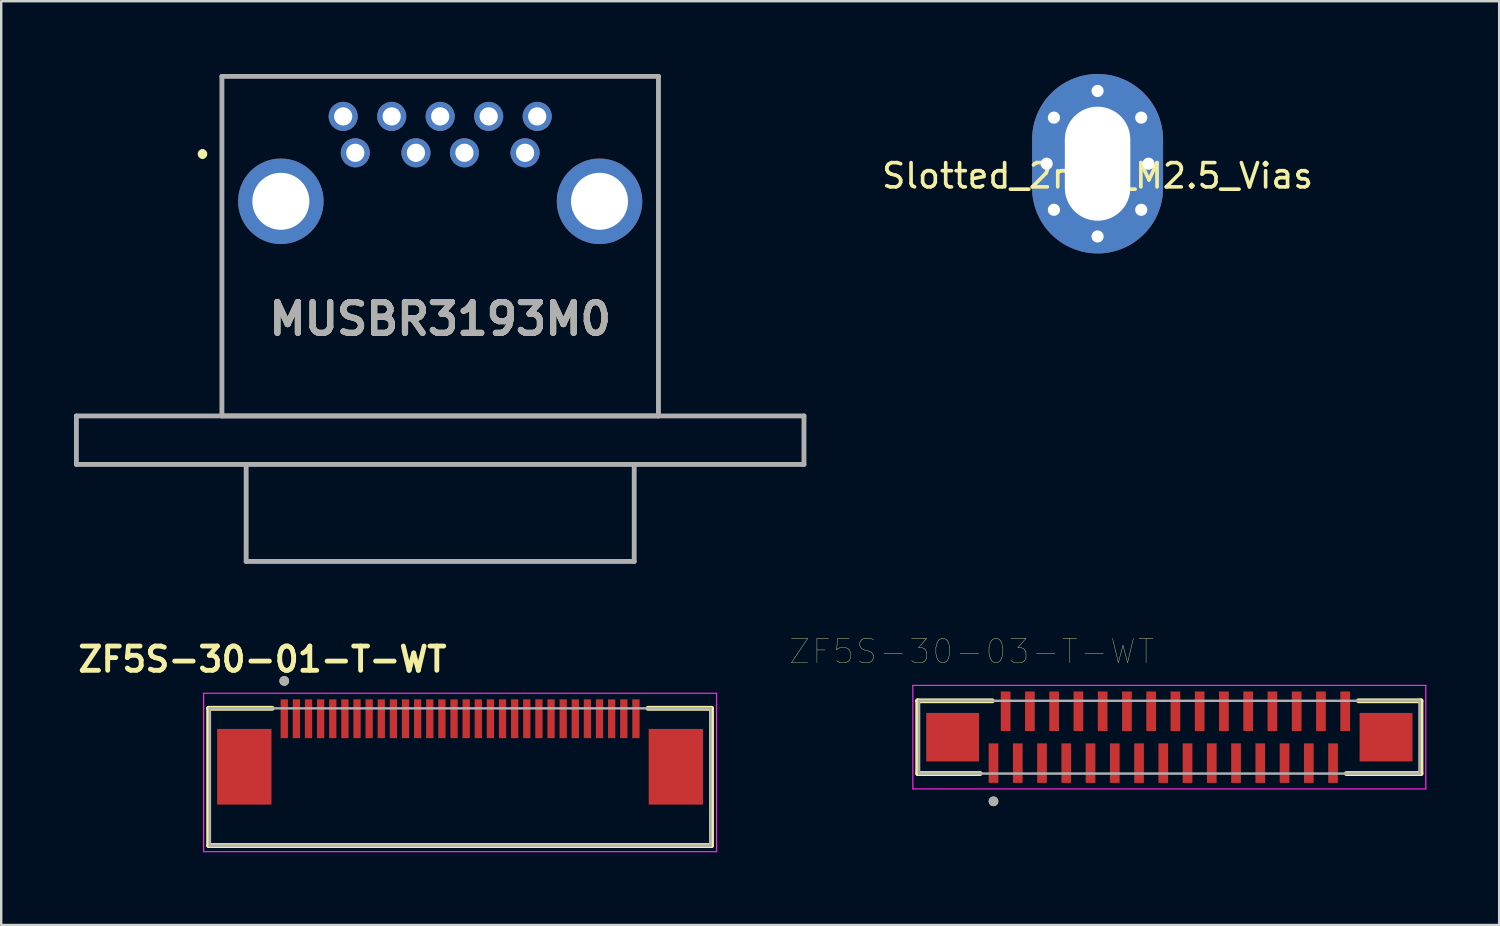
<source format=kicad_pcb>
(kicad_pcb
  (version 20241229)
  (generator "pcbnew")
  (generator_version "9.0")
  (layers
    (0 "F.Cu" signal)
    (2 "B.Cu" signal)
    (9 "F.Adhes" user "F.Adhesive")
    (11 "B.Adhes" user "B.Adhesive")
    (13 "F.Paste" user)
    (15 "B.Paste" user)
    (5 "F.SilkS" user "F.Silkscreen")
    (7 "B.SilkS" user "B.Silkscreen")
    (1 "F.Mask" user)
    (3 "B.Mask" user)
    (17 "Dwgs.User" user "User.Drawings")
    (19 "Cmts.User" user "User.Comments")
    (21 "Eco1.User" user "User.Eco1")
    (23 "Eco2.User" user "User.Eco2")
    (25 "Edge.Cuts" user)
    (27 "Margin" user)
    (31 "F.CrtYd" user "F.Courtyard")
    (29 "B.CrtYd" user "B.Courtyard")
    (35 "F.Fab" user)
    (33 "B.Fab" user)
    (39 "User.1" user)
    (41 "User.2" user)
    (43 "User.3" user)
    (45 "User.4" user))
  (footprint "MUSBR3193M0"
    (layer "F.Cu")
    (at 15.1 16.1)
    (property "Reference" "MUSBR3193M0" (at 0 -6 0) (layer "F.SilkS") (effects (font (size 1.27 1.27) (thickness 0.254))))
    (attr through_hole)
    (fp_line (start -9.8 -12.9) (end -9.8 -12.9) (stroke (width 0.2) (type solid)) (layer "F.SilkS"))
    (fp_line (start -9.8 -12.7) (end -9.8 -12.7) (stroke (width 0.2) (type solid)) (layer "F.SilkS"))
    (fp_line (start -9 -16) (end 9 -16) (stroke (width 0.1) (type solid)) (layer "F.SilkS"))
    (fp_line (start -9 -2) (end -9 -16) (stroke (width 0.1) (type solid)) (layer "F.SilkS"))
    (fp_line (start -9 -2) (end 9 -2) (stroke (width 0.1) (type solid)) (layer "F.SilkS"))
    (fp_line (start 9 -16) (end 9 -2) (stroke (width 0.1) (type solid)) (layer "F.SilkS"))
    (fp_line (start 9 -2) (end -9 -2) (stroke (width 0.1) (type solid)) (layer "F.SilkS"))
    (fp_arc (start -9.8 -12.9) (mid -9.7 -12.8) (end -9.8 -12.7) (stroke (width 0.2) (type solid)) (layer "F.SilkS"))
    (fp_arc (start -9.8 -12.7) (mid -9.9 -12.8) (end -9.8 -12.9) (stroke (width 0.2) (type solid)) (layer "F.SilkS"))
    (fp_line (start -15 -2) (end 15 -2) (stroke (width 0.2) (type solid)) (layer "F.Fab"))
    (fp_line (start -15 0) (end -15 -2) (stroke (width 0.2) (type solid)) (layer "F.Fab"))
    (fp_line (start -9 -16) (end 9 -16) (stroke (width 0.2) (type solid)) (layer "F.Fab"))
    (fp_line (start -9 -2) (end -9 -16) (stroke (width 0.2) (type solid)) (layer "F.Fab"))
    (fp_line (start -8 0) (end -8 4) (stroke (width 0.2) (type solid)) (layer "F.Fab"))
    (fp_line (start -8 4) (end 8 4) (stroke (width 0.2) (type solid)) (layer "F.Fab"))
    (fp_line (start 8 4) (end 8 0) (stroke (width 0.2) (type solid)) (layer "F.Fab"))
    (fp_line (start 9 -16) (end 9 -2) (stroke (width 0.2) (type solid)) (layer "F.Fab"))
    (fp_line (start 9 -2) (end -9 -2) (stroke (width 0.2) (type solid)) (layer "F.Fab"))
    (fp_line (start 15 -2) (end 15 0) (stroke (width 0.2) (type solid)) (layer "F.Fab"))
    (fp_line (start 15 0) (end -15 0) (stroke (width 0.2) (type solid)) (layer "F.Fab"))
    (fp_text user "${REFERENCE}" (at 0 -6 0) (layer "F.Fab") (effects (font (size 1.27 1.27) (thickness 0.254))))
    (pad "1" thru_hole circle (at -3.5 -12.85) (size 1.2 1.2) (drill 0.75) (layers "*.Cu" "*.Mask"))
    (pad "2" thru_hole circle (at -1 -12.85) (size 1.2 1.2) (drill 0.75) (layers "*.Cu" "*.Mask"))
    (pad "3" thru_hole circle (at 1 -12.85) (size 1.2 1.2) (drill 0.75) (layers "*.Cu" "*.Mask"))
    (pad "4" thru_hole circle (at 3.5 -12.85) (size 1.2 1.2) (drill 0.75) (layers "*.Cu" "*.Mask"))
    (pad "5" thru_hole circle (at 4 -14.35) (size 1.2 1.2) (drill 0.75) (layers "*.Cu" "*.Mask"))
    (pad "6" thru_hole circle (at 2 -14.35) (size 1.2 1.2) (drill 0.75) (layers "*.Cu" "*.Mask"))
    (pad "7" thru_hole circle (at 0 -14.35) (size 1.2 1.2) (drill 0.75) (layers "*.Cu" "*.Mask"))
    (pad "8" thru_hole circle (at -2 -14.35) (size 1.2 1.2) (drill 0.75) (layers "*.Cu" "*.Mask"))
    (pad "9" thru_hole circle (at -4 -14.35) (size 1.2 1.2) (drill 0.75) (layers "*.Cu" "*.Mask"))
    (pad "10" thru_hole circle (at -6.57 -10.85) (size 3.525 3.525) (drill 2.35) (layers "*.Cu" "*.Mask"))
    (pad "10" thru_hole circle (at 6.57 -10.85) (size 3.525 3.525) (drill 2.35) (layers "*.Cu" "*.Mask")))
  (footprint "Slotted_2mm_M2.5_Vias"
    (layer "F.Cu")
    (at 42.206 3.7)
    (property "Reference" "Slotted_2mm_M2.5_Vias" (at 0 0.5 0) (layer "F.SilkS") (effects (font (size 1 1) (thickness 0.15))))
    (attr through_hole)
    (pad "1" thru_hole circle (at -2.1 0) (size 0.8 0.8) (drill 0.5) (layers "*.Cu" "*.Mask"))
    (pad "1" thru_hole circle (at -1.8 -1.9) (size 0.8 0.8) (drill 0.5) (layers "*.Cu" "*.Mask"))
    (pad "1" thru_hole circle (at -1.8 1.9) (size 0.8 0.8) (drill 0.5) (layers "*.Cu" "*.Mask"))
    (pad "1" thru_hole circle (at 0 -3) (size 0.8 0.8) (drill 0.5) (layers "*.Cu" "*.Mask"))
    (pad "1" thru_hole oval (at 0 0) (size 5.4 7.4) (drill oval 2.7 4.7) (layers "*.Cu" "*.Mask"))
    (pad "1" thru_hole circle (at 0 3) (size 0.8 0.8) (drill 0.5) (layers "*.Cu" "*.Mask"))
    (pad "1" thru_hole circle (at 1.8 -1.9) (size 0.8 0.8) (drill 0.5) (layers "*.Cu" "*.Mask"))
    (pad "1" thru_hole circle (at 1.8 1.9) (size 0.8 0.8) (drill 0.5) (layers "*.Cu" "*.Mask"))
    (pad "5" thru_hole circle (at 2.1 0) (size 0.8 0.8) (drill 0.5) (layers "*.Cu" "*.Mask")))
  (footprint "ZF5S-30-01-T-WT"
    (layer "F.Cu")
    (at 15.921 28.566)
    (property "Reference" "ZF5S-30-01-T-WT" (at -8.15 -4.43 0) (layer "F.SilkS") (effects (font (size 1 1) (thickness 0.2))))
    (attr through_hole)
    (fp_line (start -10.367 -2.41) (end -10.367 3.25) (stroke (width 0.2) (type solid)) (layer "F.SilkS"))
    (fp_line (start -10.367 -2.41) (end -7.747 -2.41) (stroke (width 0.2) (type solid)) (layer "F.SilkS"))
    (fp_line (start -10.367 3.25) (end 10.367 3.25) (stroke (width 0.2) (type solid)) (layer "F.SilkS"))
    (fp_line (start 10.367 -2.41) (end 7.747 -2.41) (stroke (width 0.2) (type solid)) (layer "F.SilkS"))
    (fp_line (start 10.367 -2.41) (end 10.367 3.25) (stroke (width 0.2) (type solid)) (layer "F.SilkS"))
    (fp_circle (center -7.25 -3.54) (end -7.15 -3.54) (stroke (width 0.2) (type solid)) (fill no) (layer "F.SilkS"))
    (fp_line (start -10.575 -3.03) (end 10.575 -3.03) (stroke (width 0.05) (type solid)) (layer "F.CrtYd"))
    (fp_line (start -10.575 3.5) (end -10.575 -3.03) (stroke (width 0.05) (type solid)) (layer "F.CrtYd"))
    (fp_line (start 10.575 -3.03) (end 10.575 3.5) (stroke (width 0.05) (type solid)) (layer "F.CrtYd"))
    (fp_line (start 10.575 3.5) (end -10.575 3.5) (stroke (width 0.05) (type solid)) (layer "F.CrtYd"))
    (fp_line (start -10.325 -2.41) (end 10.325 -2.41) (stroke (width 0.1) (type solid)) (layer "F.Fab"))
    (fp_line (start -10.325 3.25) (end -10.325 -2.41) (stroke (width 0.1) (type solid)) (layer "F.Fab"))
    (fp_line (start 10.325 -2.41) (end 10.325 3.25) (stroke (width 0.1) (type solid)) (layer "F.Fab"))
    (fp_line (start 10.325 3.25) (end -10.325 3.25) (stroke (width 0.1) (type solid)) (layer "F.Fab"))
    (fp_circle (center -7.25 -3.54) (end -7.15 -3.54) (stroke (width 0.2) (type solid)) (fill no) (layer "F.Fab"))
    (pad "1" smd rect (at -7.25 -1.98) (size 0.3 1.6) (layers "F.Cu" "F.Mask" "F.Paste"))
    (pad "2" smd rect (at -6.75 -1.98) (size 0.3 1.6) (layers "F.Cu" "F.Mask" "F.Paste"))
    (pad "3" smd rect (at -6.25 -1.98) (size 0.3 1.6) (layers "F.Cu" "F.Mask" "F.Paste"))
    (pad "4" smd rect (at -5.75 -1.98) (size 0.3 1.6) (layers "F.Cu" "F.Mask" "F.Paste"))
    (pad "5" smd rect (at -5.25 -1.98) (size 0.3 1.6) (layers "F.Cu" "F.Mask" "F.Paste"))
    (pad "6" smd rect (at -4.75 -1.98) (size 0.3 1.6) (layers "F.Cu" "F.Mask" "F.Paste"))
    (pad "7" smd rect (at -4.25 -1.98) (size 0.3 1.6) (layers "F.Cu" "F.Mask" "F.Paste"))
    (pad "8" smd rect (at -3.75 -1.98) (size 0.3 1.6) (layers "F.Cu" "F.Mask" "F.Paste"))
    (pad "9" smd rect (at -3.25 -1.98) (size 0.3 1.6) (layers "F.Cu" "F.Mask" "F.Paste"))
    (pad "10" smd rect (at -2.75 -1.98) (size 0.3 1.6) (layers "F.Cu" "F.Mask" "F.Paste"))
    (pad "11" smd rect (at -2.25 -1.98) (size 0.3 1.6) (layers "F.Cu" "F.Mask" "F.Paste"))
    (pad "12" smd rect (at -1.75 -1.98) (size 0.3 1.6) (layers "F.Cu" "F.Mask" "F.Paste"))
    (pad "13" smd rect (at -1.25 -1.98) (size 0.3 1.6) (layers "F.Cu" "F.Mask" "F.Paste"))
    (pad "14" smd rect (at -0.75 -1.98) (size 0.3 1.6) (layers "F.Cu" "F.Mask" "F.Paste"))
    (pad "15" smd rect (at -0.25 -1.98) (size 0.3 1.6) (layers "F.Cu" "F.Mask" "F.Paste"))
    (pad "16" smd rect (at 0.25 -1.98) (size 0.3 1.6) (layers "F.Cu" "F.Mask" "F.Paste"))
    (pad "17" smd rect (at 0.75 -1.98) (size 0.3 1.6) (layers "F.Cu" "F.Mask" "F.Paste"))
    (pad "18" smd rect (at 1.25 -1.98) (size 0.3 1.6) (layers "F.Cu" "F.Mask" "F.Paste"))
    (pad "19" smd rect (at 1.75 -1.98) (size 0.3 1.6) (layers "F.Cu" "F.Mask" "F.Paste"))
    (pad "20" smd rect (at 2.25 -1.98) (size 0.3 1.6) (layers "F.Cu" "F.Mask" "F.Paste"))
    (pad "21" smd rect (at 2.75 -1.98) (size 0.3 1.6) (layers "F.Cu" "F.Mask" "F.Paste"))
    (pad "22" smd rect (at 3.25 -1.98) (size 0.3 1.6) (layers "F.Cu" "F.Mask" "F.Paste"))
    (pad "23" smd rect (at 3.75 -1.98) (size 0.3 1.6) (layers "F.Cu" "F.Mask" "F.Paste"))
    (pad "24" smd rect (at 4.25 -1.98) (size 0.3 1.6) (layers "F.Cu" "F.Mask" "F.Paste"))
    (pad "25" smd rect (at 4.75 -1.98) (size 0.3 1.6) (layers "F.Cu" "F.Mask" "F.Paste"))
    (pad "26" smd rect (at 5.25 -1.98) (size 0.3 1.6) (layers "F.Cu" "F.Mask" "F.Paste"))
    (pad "27" smd rect (at 5.75 -1.98) (size 0.3 1.6) (layers "F.Cu" "F.Mask" "F.Paste"))
    (pad "28" smd rect (at 6.25 -1.98) (size 0.3 1.6) (layers "F.Cu" "F.Mask" "F.Paste"))
    (pad "29" smd rect (at 6.75 -1.98) (size 0.3 1.6) (layers "F.Cu" "F.Mask" "F.Paste"))
    (pad "30" smd rect (at 7.25 -1.98) (size 0.3 1.6) (layers "F.Cu" "F.Mask" "F.Paste"))
    (pad "MP" smd rect (at -8.897 0) (size 2.24 3.12) (layers "F.Cu" "F.Mask" "F.Paste"))
    (pad "MP" smd rect (at 8.897 0) (size 2.24 3.12) (layers "F.Cu" "F.Mask" "F.Paste")))
  (footprint "ZF5S-30-03-T-WT"
    (layer "F.Cu")
    (at 45.165 27.346)
    (property "Reference" "ZF5S-30-03-T-WT" (at -8.15 -3.535 0) (layer "F.SilkS") (effects (font (size 1 1) (thickness 0.015))))
    (attr through_hole)
    (fp_line (start -10.375 -1.5) (end -10.375 1.5) (stroke (width 0.2) (type solid)) (layer "F.SilkS"))
    (fp_line (start -10.375 -1.5) (end -7.3 -1.5) (stroke (width 0.2) (type solid)) (layer "F.SilkS"))
    (fp_line (start -10.375 1.5) (end -7.8 1.5) (stroke (width 0.2) (type solid)) (layer "F.SilkS"))
    (fp_line (start 10.375 -1.5) (end 7.8 -1.5) (stroke (width 0.2) (type solid)) (layer "F.SilkS"))
    (fp_line (start 10.375 -1.5) (end 10.375 1.5) (stroke (width 0.2) (type solid)) (layer "F.SilkS"))
    (fp_line (start 10.375 1.5) (end 7.3 1.5) (stroke (width 0.2) (type solid)) (layer "F.SilkS"))
    (fp_circle (center -7.25 2.645) (end -7.15 2.645) (stroke (width 0.2) (type solid)) (fill no) (layer "F.SilkS"))
    (fp_line (start -10.575 -2.135) (end 10.575 -2.135) (stroke (width 0.05) (type solid)) (layer "F.CrtYd"))
    (fp_line (start -10.575 2.135) (end -10.575 -2.135) (stroke (width 0.05) (type solid)) (layer "F.CrtYd"))
    (fp_line (start 10.575 -2.135) (end 10.575 2.135) (stroke (width 0.05) (type solid)) (layer "F.CrtYd"))
    (fp_line (start 10.575 2.135) (end -10.575 2.135) (stroke (width 0.05) (type solid)) (layer "F.CrtYd"))
    (fp_line (start -10.325 -1.5) (end 10.325 -1.5) (stroke (width 0.1) (type solid)) (layer "F.Fab"))
    (fp_line (start -10.325 1.5) (end -10.325 -1.5) (stroke (width 0.1) (type solid)) (layer "F.Fab"))
    (fp_line (start 10.325 -1.5) (end 10.325 1.5) (stroke (width 0.1) (type solid)) (layer "F.Fab"))
    (fp_line (start 10.325 1.5) (end -10.325 1.5) (stroke (width 0.1) (type solid)) (layer "F.Fab"))
    (fp_circle (center -7.25 2.645) (end -7.15 2.645) (stroke (width 0.2) (type solid)) (fill no) (layer "F.Fab"))
    (pad "1" smd rect (at -7.25 1.07) (size 0.4 1.63) (layers "F.Cu" "F.Mask" "F.Paste"))
    (pad "2" smd rect (at -6.75 -1.07) (size 0.4 1.63) (layers "F.Cu" "F.Mask" "F.Paste"))
    (pad "3" smd rect (at -6.25 1.07) (size 0.4 1.63) (layers "F.Cu" "F.Mask" "F.Paste"))
    (pad "4" smd rect (at -5.75 -1.07) (size 0.4 1.63) (layers "F.Cu" "F.Mask" "F.Paste"))
    (pad "5" smd rect (at -5.25 1.07) (size 0.4 1.63) (layers "F.Cu" "F.Mask" "F.Paste"))
    (pad "6" smd rect (at -4.75 -1.07) (size 0.4 1.63) (layers "F.Cu" "F.Mask" "F.Paste"))
    (pad "7" smd rect (at -4.25 1.07) (size 0.4 1.63) (layers "F.Cu" "F.Mask" "F.Paste"))
    (pad "8" smd rect (at -3.75 -1.07) (size 0.4 1.63) (layers "F.Cu" "F.Mask" "F.Paste"))
    (pad "9" smd rect (at -3.25 1.07) (size 0.4 1.63) (layers "F.Cu" "F.Mask" "F.Paste"))
    (pad "10" smd rect (at -2.75 -1.07) (size 0.4 1.63) (layers "F.Cu" "F.Mask" "F.Paste"))
    (pad "11" smd rect (at -2.25 1.07) (size 0.4 1.63) (layers "F.Cu" "F.Mask" "F.Paste"))
    (pad "12" smd rect (at -1.75 -1.07) (size 0.4 1.63) (layers "F.Cu" "F.Mask" "F.Paste"))
    (pad "13" smd rect (at -1.25 1.07) (size 0.4 1.63) (layers "F.Cu" "F.Mask" "F.Paste"))
    (pad "14" smd rect (at -0.75 -1.07) (size 0.4 1.63) (layers "F.Cu" "F.Mask" "F.Paste"))
    (pad "15" smd rect (at -0.25 1.07) (size 0.4 1.63) (layers "F.Cu" "F.Mask" "F.Paste"))
    (pad "16" smd rect (at 0.25 -1.07) (size 0.4 1.63) (layers "F.Cu" "F.Mask" "F.Paste"))
    (pad "17" smd rect (at 0.75 1.07) (size 0.4 1.63) (layers "F.Cu" "F.Mask" "F.Paste"))
    (pad "18" smd rect (at 1.25 -1.07) (size 0.4 1.63) (layers "F.Cu" "F.Mask" "F.Paste"))
    (pad "19" smd rect (at 1.75 1.07) (size 0.4 1.63) (layers "F.Cu" "F.Mask" "F.Paste"))
    (pad "20" smd rect (at 2.25 -1.07) (size 0.4 1.63) (layers "F.Cu" "F.Mask" "F.Paste"))
    (pad "21" smd rect (at 2.75 1.07) (size 0.4 1.63) (layers "F.Cu" "F.Mask" "F.Paste"))
    (pad "22" smd rect (at 3.25 -1.07) (size 0.4 1.63) (layers "F.Cu" "F.Mask" "F.Paste"))
    (pad "23" smd rect (at 3.75 1.07) (size 0.4 1.63) (layers "F.Cu" "F.Mask" "F.Paste"))
    (pad "24" smd rect (at 4.25 -1.07) (size 0.4 1.63) (layers "F.Cu" "F.Mask" "F.Paste"))
    (pad "25" smd rect (at 4.75 1.07) (size 0.4 1.63) (layers "F.Cu" "F.Mask" "F.Paste"))
    (pad "26" smd rect (at 5.25 -1.07) (size 0.4 1.63) (layers "F.Cu" "F.Mask" "F.Paste"))
    (pad "27" smd rect (at 5.75 1.07) (size 0.4 1.63) (layers "F.Cu" "F.Mask" "F.Paste"))
    (pad "28" smd rect (at 6.25 -1.07) (size 0.4 1.63) (layers "F.Cu" "F.Mask" "F.Paste"))
    (pad "29" smd rect (at 6.75 1.07) (size 0.4 1.63) (layers "F.Cu" "F.Mask" "F.Paste"))
    (pad "30" smd rect (at 7.25 -1.07) (size 0.4 1.63) (layers "F.Cu" "F.Mask" "F.Paste"))
    (pad "MP" smd rect (at -8.935 0) (size 2.18 2) (layers "F.Cu" "F.Mask" "F.Paste"))
    (pad "MP" smd rect (at 8.935 0) (size 2.18 2) (layers "F.Cu" "F.Mask" "F.Paste")))
  (gr_rect
    (start -3 -3)
    (end 58.765 35.091)
    (stroke (width 0.1) (type default))
    (fill no)
    (layer "Edge.Cuts")))
</source>
